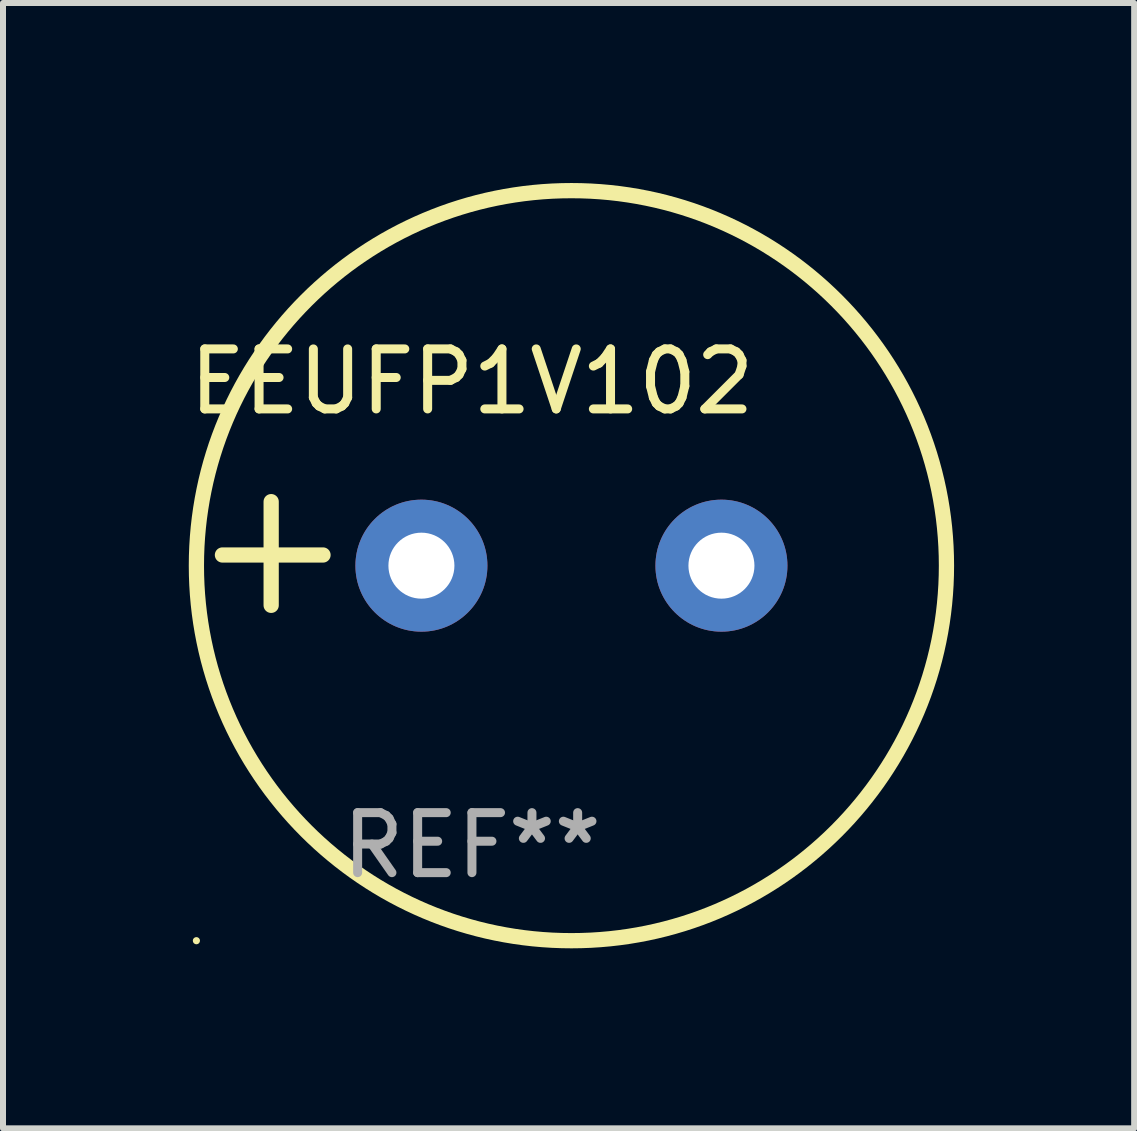
<source format=kicad_pcb>
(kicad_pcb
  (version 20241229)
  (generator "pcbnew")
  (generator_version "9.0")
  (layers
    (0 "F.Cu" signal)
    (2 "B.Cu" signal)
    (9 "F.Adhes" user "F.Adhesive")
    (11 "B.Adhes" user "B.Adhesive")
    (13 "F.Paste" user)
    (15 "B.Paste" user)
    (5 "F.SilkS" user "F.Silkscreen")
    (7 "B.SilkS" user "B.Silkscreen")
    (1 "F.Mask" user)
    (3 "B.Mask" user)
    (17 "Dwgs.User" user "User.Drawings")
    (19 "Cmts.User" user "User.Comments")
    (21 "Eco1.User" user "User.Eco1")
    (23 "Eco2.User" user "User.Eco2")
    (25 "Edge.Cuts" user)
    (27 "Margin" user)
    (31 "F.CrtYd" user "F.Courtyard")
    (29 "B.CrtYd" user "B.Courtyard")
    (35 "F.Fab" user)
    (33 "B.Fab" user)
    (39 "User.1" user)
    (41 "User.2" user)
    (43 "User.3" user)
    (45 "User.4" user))
  (footprint "EEUFP1V102"
    (layer "F.Cu")
    (at 4.815 6.174)
    (property "Reference" "EEUFP1V102" (at 0 -2.864 0) (layer "F.SilkS") (effects (font (size 1 1) (thickness 0.15))))
    (attr through_hole)
    (fp_line (start -3.346 0.864) (end -3.346 -0.864) (stroke (width 0.254) (type solid)) (layer "F.SilkS"))
    (fp_line (start -2.482 0.025) (end -4.158 0.025) (stroke (width 0.254) (type solid)) (layer "F.SilkS"))
    (fp_circle (center -4.592 6.453) (end -4.562 6.453) (stroke (width 0.06) (type solid)) (fill no) (layer "F.SilkS"))
    (fp_circle (center 1.658 0.203) (end 7.908 0.203) (stroke (width 0.254) (type solid)) (fill no) (layer "F.SilkS"))
    (fp_text user "REF**" (at 0 4.864 0) (layer "F.Fab") (effects (font (size 1 1) (thickness 0.15))))
    (pad "1" thru_hole circle (at -0.842 0.203) (size 2.2 2.2) (drill 1.1) (layers "*.Cu" "*.Mask"))
    (pad "2" thru_hole circle (at 4.158 0.203) (size 2.2 2.2) (drill 1.1) (layers "*.Cu" "*.Mask")))
  (gr_rect
    (start -3 -3)
    (end 15.851 15.754)
    (stroke (width 0.1) (type default))
    (fill no)
    (layer "Edge.Cuts")))
</source>
